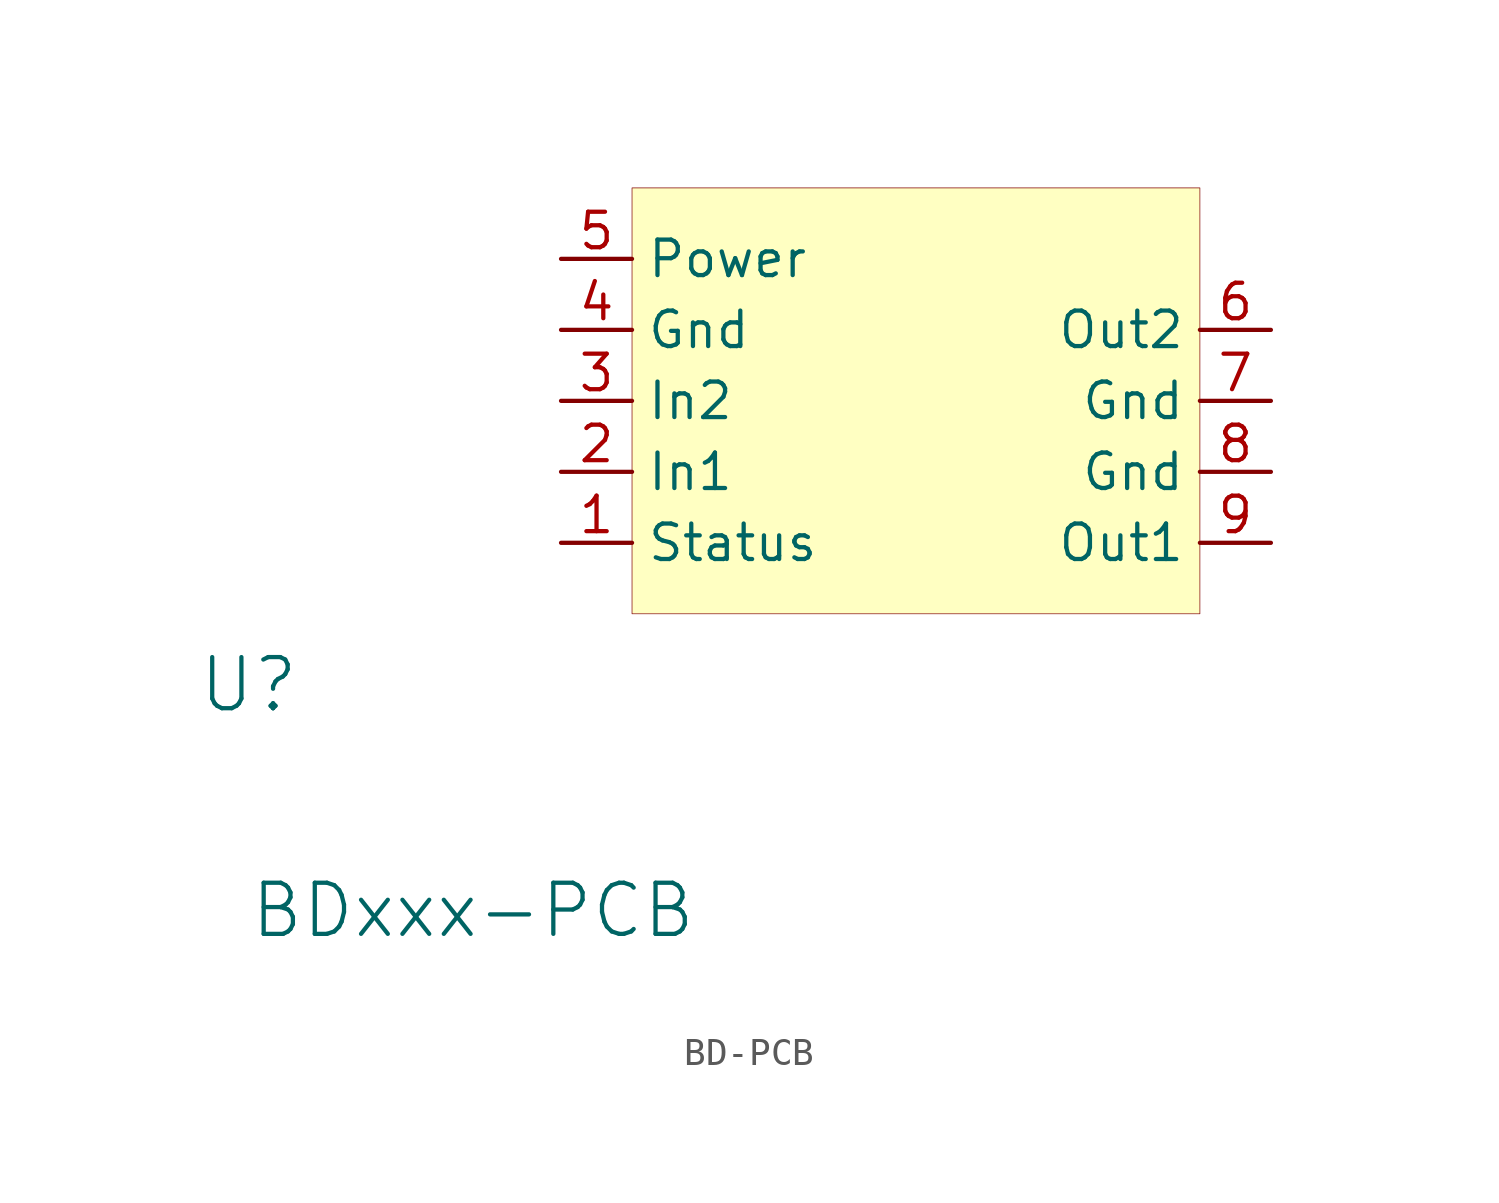
<source format=kicad_sym>
(kicad_symbol_lib
  (version 20241209)
  (generator "kicad_symbol_editor")
  (generator_version "9.0")
  (symbol "BD-PCB"
    (property "Reference" "U"
      (at 1.524 2.54 0)
      (effects (font (size 1.829 1.829))))
    (property "Value" "BDxxx-PCB"
      (at 1.524 -6.604 0)
      (effects (font (size 1.829 1.829)) (justify left bottom)))
    (symbol "BD-PCB_1_0"
      (rectangle (start 35.56 20.32) (end 15.24 5.08) (stroke (width 0.025) (type solid) (color 128 0 0 1)) (fill (type background)))
      (pin passive line (at 12.7 17.78 0) (length 2.54) (name "Power" (effects (font (size 1.27 1.27)))) (number "5" (effects (font (size 1.27 1.27)))))
      (pin passive line (at 12.7 15.24 0) (length 2.54) (name "Gnd" (effects (font (size 1.27 1.27)))) (number "4" (effects (font (size 1.27 1.27)))))
      (pin passive line (at 12.7 12.7 0) (length 2.54) (name "In2" (effects (font (size 1.27 1.27)))) (number "3" (effects (font (size 1.27 1.27)))))
      (pin passive line (at 12.7 10.16 0) (length 2.54) (name "In1" (effects (font (size 1.27 1.27)))) (number "2" (effects (font (size 1.27 1.27)))))
      (pin passive line (at 12.7 7.62 0) (length 2.54) (name "Status" (effects (font (size 1.27 1.27)))) (number "1" (effects (font (size 1.27 1.27)))))
      (pin passive line (at 38.1 15.24 180) (length 2.54) (name "Out2" (effects (font (size 1.27 1.27)))) (number "6" (effects (font (size 1.27 1.27)))))
      (pin passive line (at 38.1 12.7 180) (length 2.54) (name "Gnd" (effects (font (size 1.27 1.27)))) (number "7" (effects (font (size 1.27 1.27)))))
      (pin passive line (at 38.1 10.16 180) (length 2.54) (name "Gnd" (effects (font (size 1.27 1.27)))) (number "8" (effects (font (size 1.27 1.27)))))
      (pin passive line (at 38.1 7.62 180) (length 2.54) (name "Out1" (effects (font (size 1.27 1.27)))) (number "9" (effects (font (size 1.27 1.27))))))))
</source>
